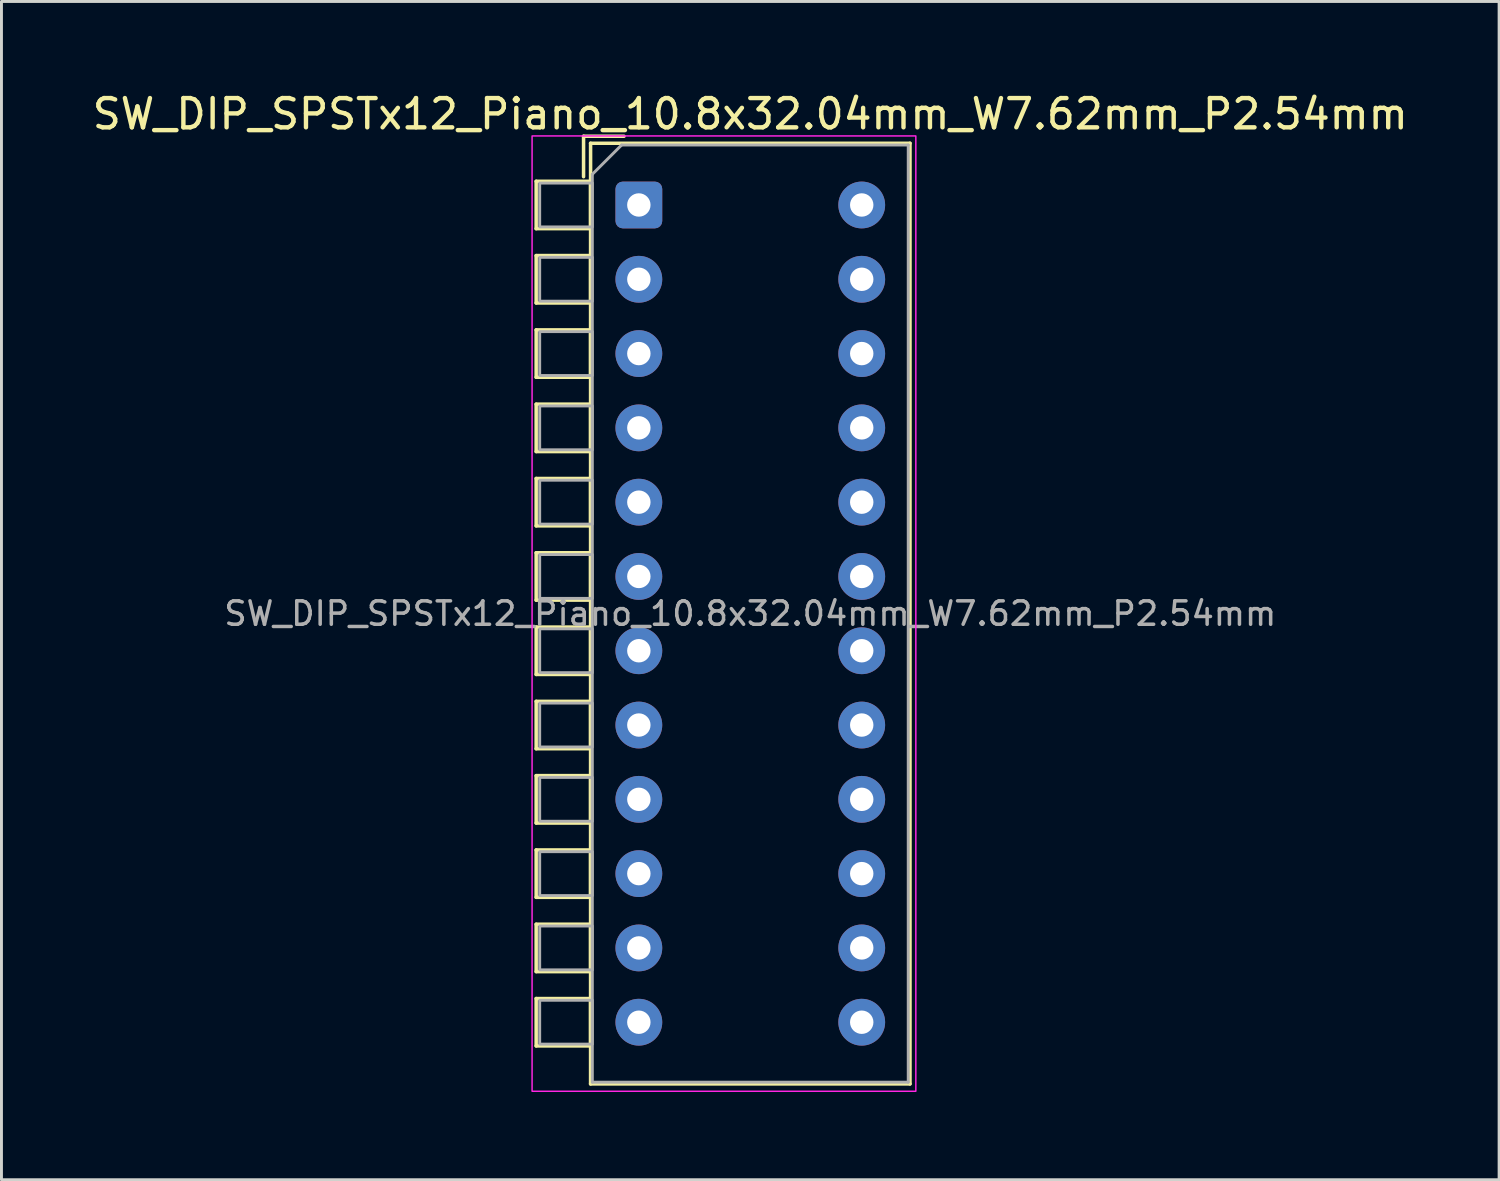
<source format=kicad_pcb>
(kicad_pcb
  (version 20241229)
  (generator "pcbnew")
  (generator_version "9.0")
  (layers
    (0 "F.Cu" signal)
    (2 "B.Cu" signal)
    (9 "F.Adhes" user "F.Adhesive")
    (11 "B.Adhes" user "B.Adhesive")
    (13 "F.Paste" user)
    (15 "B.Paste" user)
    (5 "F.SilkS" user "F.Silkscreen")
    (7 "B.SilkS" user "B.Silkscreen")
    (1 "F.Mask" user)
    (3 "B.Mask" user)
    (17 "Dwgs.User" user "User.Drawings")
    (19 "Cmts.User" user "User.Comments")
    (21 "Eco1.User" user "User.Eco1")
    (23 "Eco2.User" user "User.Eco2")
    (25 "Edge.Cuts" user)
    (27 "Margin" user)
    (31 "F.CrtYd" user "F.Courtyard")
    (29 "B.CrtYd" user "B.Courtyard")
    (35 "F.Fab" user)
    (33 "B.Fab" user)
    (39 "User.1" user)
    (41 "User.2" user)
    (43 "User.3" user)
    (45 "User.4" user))
  (footprint "SW_DIP_SPSTx12_Piano_10.8x32.04mm_W7.62mm_P2.54mm"
    (layer "F.Cu")
    (at 18.791 3.958)
    (property "Reference" "SW_DIP_SPSTx12_Piano_10.8x32.04mm_W7.62mm_P2.54mm" (at 3.81 -3.11 0) (layer "F.SilkS") (effects (font (size 1 1) (thickness 0.15))))
    (attr through_hole)
    (fp_line (start -3.51 -0.81) (end -3.51 0.81) (stroke (width 0.12) (type solid)) (layer "F.SilkS"))
    (fp_line (start -3.51 -0.81) (end -1.65 -0.81) (stroke (width 0.12) (type solid)) (layer "F.SilkS"))
    (fp_line (start -3.51 0.81) (end -1.65 0.81) (stroke (width 0.12) (type solid)) (layer "F.SilkS"))
    (fp_line (start -3.51 1.73) (end -3.51 3.35) (stroke (width 0.12) (type solid)) (layer "F.SilkS"))
    (fp_line (start -3.51 1.73) (end -1.65 1.73) (stroke (width 0.12) (type solid)) (layer "F.SilkS"))
    (fp_line (start -3.51 3.35) (end -1.65 3.35) (stroke (width 0.12) (type solid)) (layer "F.SilkS"))
    (fp_line (start -3.51 4.27) (end -3.51 5.89) (stroke (width 0.12) (type solid)) (layer "F.SilkS"))
    (fp_line (start -3.51 4.27) (end -1.65 4.27) (stroke (width 0.12) (type solid)) (layer "F.SilkS"))
    (fp_line (start -3.51 5.89) (end -1.65 5.89) (stroke (width 0.12) (type solid)) (layer "F.SilkS"))
    (fp_line (start -3.51 6.81) (end -3.51 8.43) (stroke (width 0.12) (type solid)) (layer "F.SilkS"))
    (fp_line (start -3.51 6.81) (end -1.65 6.81) (stroke (width 0.12) (type solid)) (layer "F.SilkS"))
    (fp_line (start -3.51 8.43) (end -1.65 8.43) (stroke (width 0.12) (type solid)) (layer "F.SilkS"))
    (fp_line (start -3.51 9.35) (end -3.51 10.97) (stroke (width 0.12) (type solid)) (layer "F.SilkS"))
    (fp_line (start -3.51 9.35) (end -1.65 9.35) (stroke (width 0.12) (type solid)) (layer "F.SilkS"))
    (fp_line (start -3.51 10.97) (end -1.65 10.97) (stroke (width 0.12) (type solid)) (layer "F.SilkS"))
    (fp_line (start -3.51 11.89) (end -3.51 13.51) (stroke (width 0.12) (type solid)) (layer "F.SilkS"))
    (fp_line (start -3.51 11.89) (end -1.65 11.89) (stroke (width 0.12) (type solid)) (layer "F.SilkS"))
    (fp_line (start -3.51 13.51) (end -1.65 13.51) (stroke (width 0.12) (type solid)) (layer "F.SilkS"))
    (fp_line (start -3.51 14.43) (end -3.51 16.05) (stroke (width 0.12) (type solid)) (layer "F.SilkS"))
    (fp_line (start -3.51 14.43) (end -1.65 14.43) (stroke (width 0.12) (type solid)) (layer "F.SilkS"))
    (fp_line (start -3.51 16.05) (end -1.65 16.05) (stroke (width 0.12) (type solid)) (layer "F.SilkS"))
    (fp_line (start -3.51 16.97) (end -3.51 18.59) (stroke (width 0.12) (type solid)) (layer "F.SilkS"))
    (fp_line (start -3.51 16.97) (end -1.65 16.97) (stroke (width 0.12) (type solid)) (layer "F.SilkS"))
    (fp_line (start -3.51 18.59) (end -1.65 18.59) (stroke (width 0.12) (type solid)) (layer "F.SilkS"))
    (fp_line (start -3.51 19.51) (end -3.51 21.13) (stroke (width 0.12) (type solid)) (layer "F.SilkS"))
    (fp_line (start -3.51 19.51) (end -1.65 19.51) (stroke (width 0.12) (type solid)) (layer "F.SilkS"))
    (fp_line (start -3.51 21.13) (end -1.65 21.13) (stroke (width 0.12) (type solid)) (layer "F.SilkS"))
    (fp_line (start -3.51 22.05) (end -3.51 23.67) (stroke (width 0.12) (type solid)) (layer "F.SilkS"))
    (fp_line (start -3.51 22.05) (end -1.65 22.05) (stroke (width 0.12) (type solid)) (layer "F.SilkS"))
    (fp_line (start -3.51 23.67) (end -1.65 23.67) (stroke (width 0.12) (type solid)) (layer "F.SilkS"))
    (fp_line (start -3.51 24.59) (end -3.51 26.21) (stroke (width 0.12) (type solid)) (layer "F.SilkS"))
    (fp_line (start -3.51 24.59) (end -1.65 24.59) (stroke (width 0.12) (type solid)) (layer "F.SilkS"))
    (fp_line (start -3.51 26.21) (end -1.65 26.21) (stroke (width 0.12) (type solid)) (layer "F.SilkS"))
    (fp_line (start -3.51 27.13) (end -3.51 28.75) (stroke (width 0.12) (type solid)) (layer "F.SilkS"))
    (fp_line (start -3.51 27.13) (end -1.65 27.13) (stroke (width 0.12) (type solid)) (layer "F.SilkS"))
    (fp_line (start -3.51 28.75) (end -1.65 28.75) (stroke (width 0.12) (type solid)) (layer "F.SilkS"))
    (fp_line (start -1.89 -2.35) (end -1.89 -0.967) (stroke (width 0.12) (type solid)) (layer "F.SilkS"))
    (fp_line (start -1.89 -2.35) (end -0.507 -2.35) (stroke (width 0.12) (type solid)) (layer "F.SilkS"))
    (fp_line (start -1.65 -2.11) (end -1.65 30.05) (stroke (width 0.12) (type solid)) (layer "F.SilkS"))
    (fp_line (start -1.65 -2.11) (end 9.27 -2.11) (stroke (width 0.12) (type solid)) (layer "F.SilkS"))
    (fp_line (start -1.65 -0.81) (end -1.65 0.81) (stroke (width 0.12) (type solid)) (layer "F.SilkS"))
    (fp_line (start -1.65 1.73) (end -1.65 3.35) (stroke (width 0.12) (type solid)) (layer "F.SilkS"))
    (fp_line (start -1.65 4.27) (end -1.65 5.89) (stroke (width 0.12) (type solid)) (layer "F.SilkS"))
    (fp_line (start -1.65 6.81) (end -1.65 8.43) (stroke (width 0.12) (type solid)) (layer "F.SilkS"))
    (fp_line (start -1.65 9.35) (end -1.65 10.97) (stroke (width 0.12) (type solid)) (layer "F.SilkS"))
    (fp_line (start -1.65 11.89) (end -1.65 13.51) (stroke (width 0.12) (type solid)) (layer "F.SilkS"))
    (fp_line (start -1.65 14.43) (end -1.65 16.05) (stroke (width 0.12) (type solid)) (layer "F.SilkS"))
    (fp_line (start -1.65 16.97) (end -1.65 18.59) (stroke (width 0.12) (type solid)) (layer "F.SilkS"))
    (fp_line (start -1.65 19.51) (end -1.65 21.13) (stroke (width 0.12) (type solid)) (layer "F.SilkS"))
    (fp_line (start -1.65 22.05) (end -1.65 23.67) (stroke (width 0.12) (type solid)) (layer "F.SilkS"))
    (fp_line (start -1.65 24.59) (end -1.65 26.21) (stroke (width 0.12) (type solid)) (layer "F.SilkS"))
    (fp_line (start -1.65 27.13) (end -1.65 28.75) (stroke (width 0.12) (type solid)) (layer "F.SilkS"))
    (fp_line (start -1.65 30.05) (end 9.27 30.05) (stroke (width 0.12) (type solid)) (layer "F.SilkS"))
    (fp_line (start 9.27 -2.11) (end 9.27 30.05) (stroke (width 0.12) (type solid)) (layer "F.SilkS"))
    (fp_rect (start -3.65 -2.36) (end 9.47 30.3) (stroke (width 0.05) (type solid)) (fill no) (layer "F.CrtYd"))
    (fp_line (start -1.59 -1.05) (end -0.59 -2.05) (stroke (width 0.1) (type solid)) (layer "F.Fab"))
    (fp_line (start -1.59 29.99) (end -1.59 -1.05) (stroke (width 0.1) (type solid)) (layer "F.Fab"))
    (fp_line (start -0.59 -2.05) (end 9.21 -2.05) (stroke (width 0.1) (type solid)) (layer "F.Fab"))
    (fp_line (start 9.21 -2.05) (end 9.21 29.99) (stroke (width 0.1) (type solid)) (layer "F.Fab"))
    (fp_line (start 9.21 29.99) (end -1.59 29.99) (stroke (width 0.1) (type solid)) (layer "F.Fab"))
    (fp_rect (start -1.59 -0.75) (end -3.39 0.75) (stroke (width 0.1) (type solid)) (fill no) (layer "F.Fab"))
    (fp_rect (start -1.59 1.79) (end -3.39 3.29) (stroke (width 0.1) (type solid)) (fill no) (layer "F.Fab"))
    (fp_rect (start -1.59 4.33) (end -3.39 5.83) (stroke (width 0.1) (type solid)) (fill no) (layer "F.Fab"))
    (fp_rect (start -1.59 6.87) (end -3.39 8.37) (stroke (width 0.1) (type solid)) (fill no) (layer "F.Fab"))
    (fp_rect (start -1.59 9.41) (end -3.39 10.91) (stroke (width 0.1) (type solid)) (fill no) (layer "F.Fab"))
    (fp_rect (start -1.59 11.95) (end -3.39 13.45) (stroke (width 0.1) (type solid)) (fill no) (layer "F.Fab"))
    (fp_rect (start -1.59 14.49) (end -3.39 15.99) (stroke (width 0.1) (type solid)) (fill no) (layer "F.Fab"))
    (fp_rect (start -1.59 17.03) (end -3.39 18.53) (stroke (width 0.1) (type solid)) (fill no) (layer "F.Fab"))
    (fp_rect (start -1.59 19.57) (end -3.39 21.07) (stroke (width 0.1) (type solid)) (fill no) (layer "F.Fab"))
    (fp_rect (start -1.59 22.11) (end -3.39 23.61) (stroke (width 0.1) (type solid)) (fill no) (layer "F.Fab"))
    (fp_rect (start -1.59 24.65) (end -3.39 26.15) (stroke (width 0.1) (type solid)) (fill no) (layer "F.Fab"))
    (fp_rect (start -1.59 27.19) (end -3.39 28.69) (stroke (width 0.1) (type solid)) (fill no) (layer "F.Fab"))
    (fp_text user "${REFERENCE}" (at 3.81 13.97 0) (layer "F.Fab") (effects (font (size 0.8 0.8) (thickness 0.12))))
    (pad "1" thru_hole roundrect (at 0 0) (size 1.6 1.6) (drill 0.8) (layers "*.Cu" "*.Mask") (roundrect_rratio 0.156))
    (pad "2" thru_hole circle (at 0 2.54) (size 1.6 1.6) (drill 0.8) (layers "*.Cu" "*.Mask"))
    (pad "3" thru_hole circle (at 0 5.08) (size 1.6 1.6) (drill 0.8) (layers "*.Cu" "*.Mask"))
    (pad "4" thru_hole circle (at 0 7.62) (size 1.6 1.6) (drill 0.8) (layers "*.Cu" "*.Mask"))
    (pad "5" thru_hole circle (at 0 10.16) (size 1.6 1.6) (drill 0.8) (layers "*.Cu" "*.Mask"))
    (pad "6" thru_hole circle (at 0 12.7) (size 1.6 1.6) (drill 0.8) (layers "*.Cu" "*.Mask"))
    (pad "7" thru_hole circle (at 0 15.24) (size 1.6 1.6) (drill 0.8) (layers "*.Cu" "*.Mask"))
    (pad "8" thru_hole circle (at 0 17.78) (size 1.6 1.6) (drill 0.8) (layers "*.Cu" "*.Mask"))
    (pad "9" thru_hole circle (at 0 20.32) (size 1.6 1.6) (drill 0.8) (layers "*.Cu" "*.Mask"))
    (pad "10" thru_hole circle (at 0 22.86) (size 1.6 1.6) (drill 0.8) (layers "*.Cu" "*.Mask"))
    (pad "11" thru_hole circle (at 0 25.4) (size 1.6 1.6) (drill 0.8) (layers "*.Cu" "*.Mask"))
    (pad "12" thru_hole circle (at 0 27.94) (size 1.6 1.6) (drill 0.8) (layers "*.Cu" "*.Mask"))
    (pad "13" thru_hole circle (at 7.62 27.94) (size 1.6 1.6) (drill 0.8) (layers "*.Cu" "*.Mask"))
    (pad "14" thru_hole circle (at 7.62 25.4) (size 1.6 1.6) (drill 0.8) (layers "*.Cu" "*.Mask"))
    (pad "15" thru_hole circle (at 7.62 22.86) (size 1.6 1.6) (drill 0.8) (layers "*.Cu" "*.Mask"))
    (pad "16" thru_hole circle (at 7.62 20.32) (size 1.6 1.6) (drill 0.8) (layers "*.Cu" "*.Mask"))
    (pad "17" thru_hole circle (at 7.62 17.78) (size 1.6 1.6) (drill 0.8) (layers "*.Cu" "*.Mask"))
    (pad "18" thru_hole circle (at 7.62 15.24) (size 1.6 1.6) (drill 0.8) (layers "*.Cu" "*.Mask"))
    (pad "19" thru_hole circle (at 7.62 12.7) (size 1.6 1.6) (drill 0.8) (layers "*.Cu" "*.Mask"))
    (pad "20" thru_hole circle (at 7.62 10.16) (size 1.6 1.6) (drill 0.8) (layers "*.Cu" "*.Mask"))
    (pad "21" thru_hole circle (at 7.62 7.62) (size 1.6 1.6) (drill 0.8) (layers "*.Cu" "*.Mask"))
    (pad "22" thru_hole circle (at 7.62 5.08) (size 1.6 1.6) (drill 0.8) (layers "*.Cu" "*.Mask"))
    (pad "23" thru_hole circle (at 7.62 2.54) (size 1.6 1.6) (drill 0.8) (layers "*.Cu" "*.Mask"))
    (pad "24" thru_hole circle (at 7.62 0) (size 1.6 1.6) (drill 0.8) (layers "*.Cu" "*.Mask")))
  (gr_rect
    (start -3 -3)
    (end 48.202 37.283)
    (stroke (width 0.1) (type default))
    (fill no)
    (layer "Edge.Cuts")))
</source>
